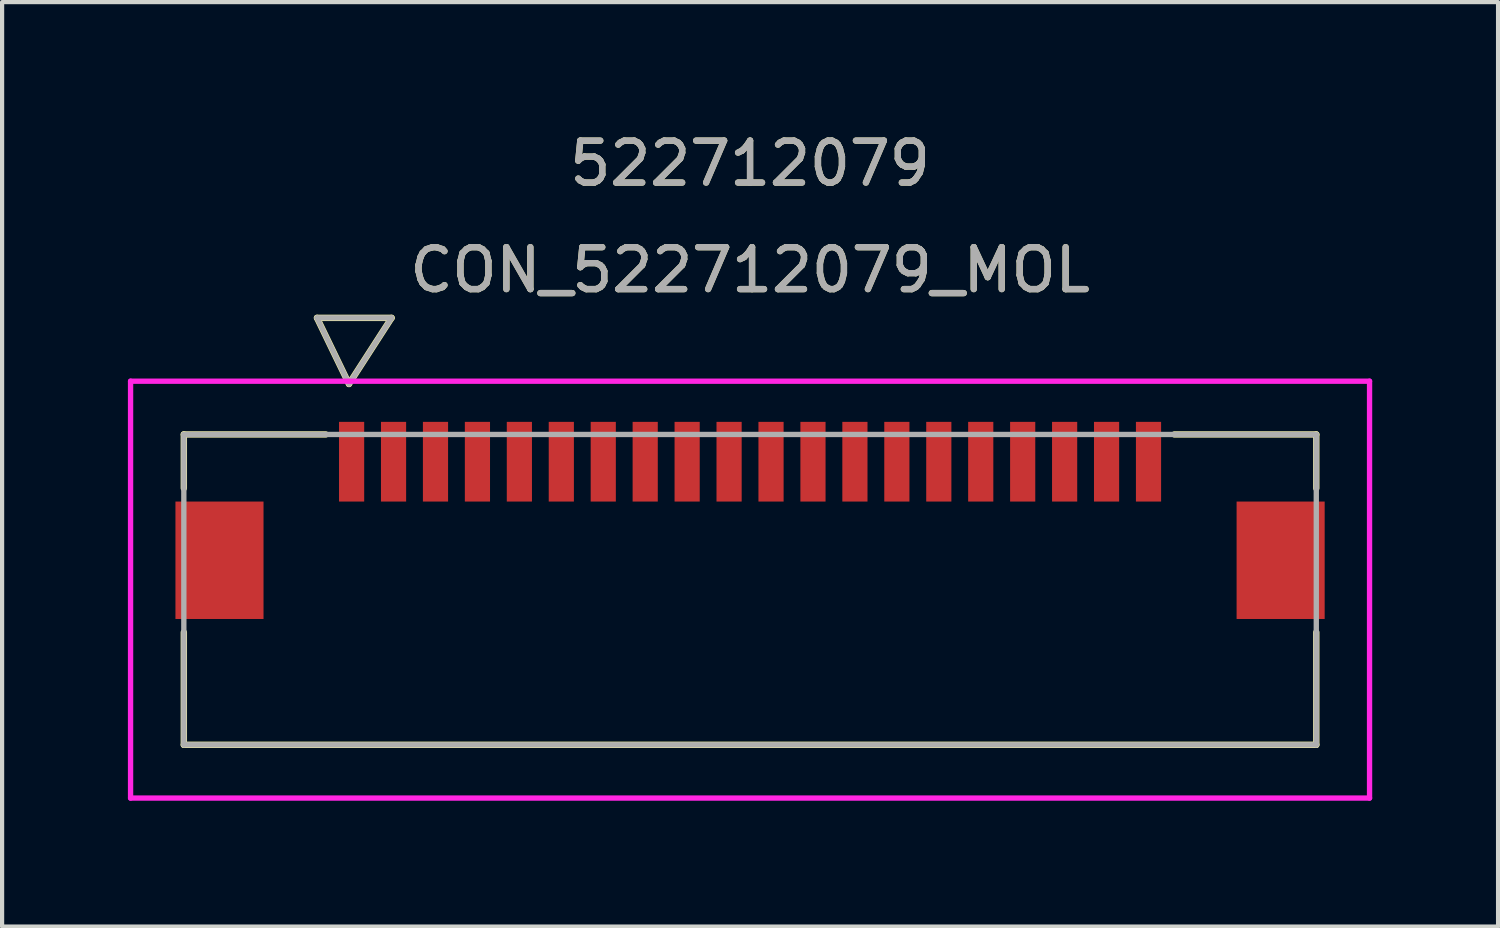
<source format=kicad_pcb>
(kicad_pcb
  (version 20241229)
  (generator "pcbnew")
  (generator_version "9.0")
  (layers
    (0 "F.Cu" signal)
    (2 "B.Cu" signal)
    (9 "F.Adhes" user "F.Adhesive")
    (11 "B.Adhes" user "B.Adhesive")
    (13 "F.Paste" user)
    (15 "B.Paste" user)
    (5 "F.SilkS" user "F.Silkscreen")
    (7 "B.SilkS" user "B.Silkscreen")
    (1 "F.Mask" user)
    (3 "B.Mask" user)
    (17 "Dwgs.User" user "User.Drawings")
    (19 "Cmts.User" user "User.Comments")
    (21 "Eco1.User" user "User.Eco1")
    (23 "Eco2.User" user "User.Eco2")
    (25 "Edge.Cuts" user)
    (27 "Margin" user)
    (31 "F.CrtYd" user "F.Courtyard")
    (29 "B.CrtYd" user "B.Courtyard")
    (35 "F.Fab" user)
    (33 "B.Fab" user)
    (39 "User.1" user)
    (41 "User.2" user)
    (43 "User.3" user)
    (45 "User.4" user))
  (footprint "CON_522712079_MOL"
    (layer "F.Cu")
    (at 14.833 11.008)
    (property "Reference" "CON_522712079_MOL" (at 0 -7.62 0) (unlocked yes) (layer "F.SilkS") (effects (font (size 1 1) (thickness 0.15))))
    (attr smd)
    (fp_line (start -13.5 -3.7) (end -13.5 -2.417) (stroke (width 0.152) (type solid)) (layer "F.SilkS"))
    (fp_line (start -13.5 1.018) (end -13.5 3.7) (stroke (width 0.152) (type solid)) (layer "F.SilkS"))
    (fp_line (start -13.5 3.7) (end 13.5 3.7) (stroke (width 0.152) (type solid)) (layer "F.SilkS"))
    (fp_line (start -10.325 -6.479) (end -9.563 -4.904) (stroke (width 0.152) (type solid)) (layer "F.SilkS"))
    (fp_line (start -10.325 -6.479) (end -8.547 -6.479) (stroke (width 0.152) (type solid)) (layer "F.SilkS"))
    (fp_line (start -10.117 -3.7) (end -13.5 -3.7) (stroke (width 0.152) (type solid)) (layer "F.SilkS"))
    (fp_line (start -8.547 -6.479) (end -9.563 -4.904) (stroke (width 0.152) (type solid)) (layer "F.SilkS"))
    (fp_line (start 13.5 -3.7) (end 10.118 -3.7) (stroke (width 0.152) (type solid)) (layer "F.SilkS"))
    (fp_line (start 13.5 -2.417) (end 13.5 -3.7) (stroke (width 0.152) (type solid)) (layer "F.SilkS"))
    (fp_line (start 13.5 3.7) (end 13.5 1.018) (stroke (width 0.152) (type solid)) (layer "F.SilkS"))
    (fp_line (start -14.77 -4.97) (end -14.77 4.97) (stroke (width 0.127) (type solid)) (layer "F.CrtYd"))
    (fp_line (start -14.77 4.97) (end 14.77 4.97) (stroke (width 0.127) (type solid)) (layer "F.CrtYd"))
    (fp_line (start 14.77 -4.97) (end -14.77 -4.97) (stroke (width 0.127) (type solid)) (layer "F.CrtYd"))
    (fp_line (start 14.77 4.97) (end 14.77 -4.97) (stroke (width 0.127) (type solid)) (layer "F.CrtYd"))
    (fp_line (start -13.5 -3.7) (end -13.5 3.7) (stroke (width 0.127) (type solid)) (layer "F.Fab"))
    (fp_line (start -13.5 3.7) (end 13.5 3.7) (stroke (width 0.127) (type solid)) (layer "F.Fab"))
    (fp_line (start -10.325 -6.479) (end -9.563 -4.904) (stroke (width 0.127) (type solid)) (layer "F.Fab"))
    (fp_line (start -10.325 -6.479) (end -8.547 -6.479) (stroke (width 0.127) (type solid)) (layer "F.Fab"))
    (fp_line (start -8.547 -6.479) (end -9.563 -4.904) (stroke (width 0.127) (type solid)) (layer "F.Fab"))
    (fp_line (start 13.5 -3.7) (end -13.5 -3.7) (stroke (width 0.127) (type solid)) (layer "F.Fab"))
    (fp_line (start 13.5 3.7) (end 13.5 -3.7) (stroke (width 0.127) (type solid)) (layer "F.Fab"))
    (fp_text user "522712079" (at 0 -10.16 0) (unlocked yes) (layer "F.SilkS") (effects (font (size 1 1) (thickness 0.15))))
    (fp_text user "${REFERENCE}" (at 0 -7.62 0) (unlocked yes) (layer "F.Fab") (effects (font (size 1 1) (thickness 0.15))))
    (fp_text user "522712079" (at 0 -10.16 0) (unlocked yes) (layer "F.Fab") (effects (font (size 1 1) (thickness 0.15))))
    (pad "1" smd rect (at -9.5 -3.05) (size 0.6 1.9) (layers "F.Cu" "F.Mask" "F.Paste"))
    (pad "2" smd rect (at -8.5 -3.05) (size 0.6 1.9) (layers "F.Cu" "F.Mask" "F.Paste"))
    (pad "3" smd rect (at -7.5 -3.05) (size 0.6 1.9) (layers "F.Cu" "F.Mask" "F.Paste"))
    (pad "4" smd rect (at -6.5 -3.05) (size 0.6 1.9) (layers "F.Cu" "F.Mask" "F.Paste"))
    (pad "5" smd rect (at -5.5 -3.05) (size 0.6 1.9) (layers "F.Cu" "F.Mask" "F.Paste"))
    (pad "6" smd rect (at -4.5 -3.05) (size 0.6 1.9) (layers "F.Cu" "F.Mask" "F.Paste"))
    (pad "7" smd rect (at -3.5 -3.05) (size 0.6 1.9) (layers "F.Cu" "F.Mask" "F.Paste"))
    (pad "8" smd rect (at -2.5 -3.05) (size 0.6 1.9) (layers "F.Cu" "F.Mask" "F.Paste"))
    (pad "9" smd rect (at -1.5 -3.05) (size 0.6 1.9) (layers "F.Cu" "F.Mask" "F.Paste"))
    (pad "10" smd rect (at -0.5 -3.05) (size 0.6 1.9) (layers "F.Cu" "F.Mask" "F.Paste"))
    (pad "11" smd rect (at 0.5 -3.05) (size 0.6 1.9) (layers "F.Cu" "F.Mask" "F.Paste"))
    (pad "12" smd rect (at 1.5 -3.05) (size 0.6 1.9) (layers "F.Cu" "F.Mask" "F.Paste"))
    (pad "13" smd rect (at 2.5 -3.05) (size 0.6 1.9) (layers "F.Cu" "F.Mask" "F.Paste"))
    (pad "14" smd rect (at 3.5 -3.05) (size 0.6 1.9) (layers "F.Cu" "F.Mask" "F.Paste"))
    (pad "15" smd rect (at 4.5 -3.05) (size 0.6 1.9) (layers "F.Cu" "F.Mask" "F.Paste"))
    (pad "16" smd rect (at 5.5 -3.05) (size 0.6 1.9) (layers "F.Cu" "F.Mask" "F.Paste"))
    (pad "17" smd rect (at 6.5 -3.05) (size 0.6 1.9) (layers "F.Cu" "F.Mask" "F.Paste"))
    (pad "18" smd rect (at 7.5 -3.05) (size 0.6 1.9) (layers "F.Cu" "F.Mask" "F.Paste"))
    (pad "19" smd rect (at 8.5 -3.05) (size 0.6 1.9) (layers "F.Cu" "F.Mask" "F.Paste"))
    (pad "20" smd rect (at 9.5 -3.05) (size 0.6 1.9) (layers "F.Cu" "F.Mask" "F.Paste"))
    (pad "P1" smd rect (at -12.65 -0.7) (size 2.1 2.8) (layers "F.Cu" "F.Mask" "F.Paste"))
    (pad "P2" smd rect (at 12.65 -0.7) (size 2.1 2.8) (layers "F.Cu" "F.Mask" "F.Paste")))
  (gr_rect
    (start -3 -3)
    (end 32.667 19.042)
    (stroke (width 0.1) (type default))
    (fill no)
    (layer "Edge.Cuts")))
</source>
